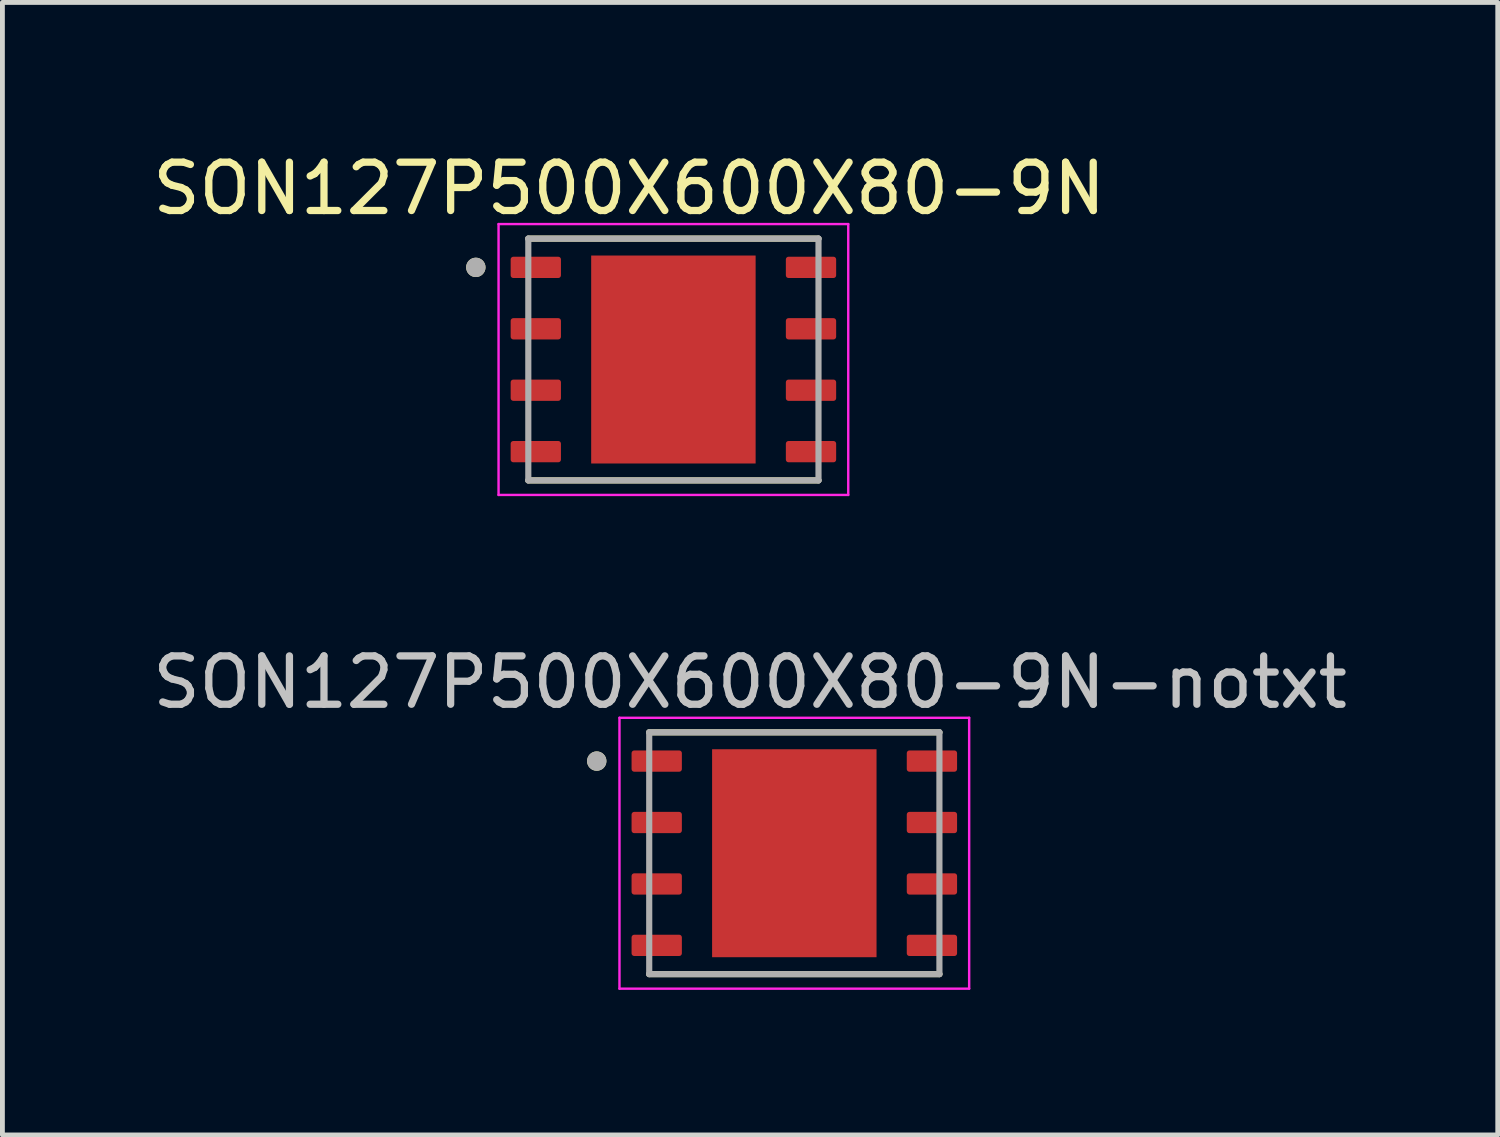
<source format=kicad_pcb>
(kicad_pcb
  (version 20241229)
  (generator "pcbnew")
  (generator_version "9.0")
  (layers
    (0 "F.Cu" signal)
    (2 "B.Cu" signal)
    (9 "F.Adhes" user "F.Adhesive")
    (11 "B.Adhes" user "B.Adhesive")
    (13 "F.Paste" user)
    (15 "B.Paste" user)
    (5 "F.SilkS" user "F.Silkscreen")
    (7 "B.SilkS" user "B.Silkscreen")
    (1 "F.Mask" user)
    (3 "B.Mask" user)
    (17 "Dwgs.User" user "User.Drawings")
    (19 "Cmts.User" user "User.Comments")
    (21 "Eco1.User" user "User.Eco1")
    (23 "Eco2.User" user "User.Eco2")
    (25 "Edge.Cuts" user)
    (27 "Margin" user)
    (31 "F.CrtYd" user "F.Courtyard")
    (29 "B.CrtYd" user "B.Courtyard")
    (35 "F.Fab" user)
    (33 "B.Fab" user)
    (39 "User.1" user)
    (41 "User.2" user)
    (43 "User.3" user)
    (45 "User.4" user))
  (footprint "SON127P500X600X80-9N-notxt"
    (layer "F.Cu")
    (at 13.373 14.591)
    (property "Reference" "SON127P500X600X80-9N-notxt" (at -0.915 -3.535 0) (layer "Dwgs.User") (effects (font (size 1 1) (thickness 0.15))))
    (attr smd)
    (fp_line (start -3 -2.5) (end 3 -2.5) (stroke (width 0.127) (type solid)) (layer "F.SilkS"))
    (fp_line (start -3 2.5) (end 3 2.5) (stroke (width 0.127) (type solid)) (layer "F.SilkS"))
    (fp_circle (center -4.085 -1.905) (end -3.985 -1.905) (stroke (width 0.2) (type solid)) (fill no) (layer "F.SilkS"))
    (fp_poly (pts (xy -1.08 -1.36) (xy 1.08 -1.36) (xy 1.08 1.36) (xy -1.08 1.36)) (stroke (width 0.01) (type solid)) (fill yes) (layer "F.Paste"))
    (fp_line (start -3.615 -2.8) (end -3.615 2.8) (stroke (width 0.05) (type solid)) (layer "F.CrtYd"))
    (fp_line (start -3.615 -2.8) (end 3.615 -2.8) (stroke (width 0.05) (type solid)) (layer "F.CrtYd"))
    (fp_line (start -3.615 2.8) (end 3.615 2.8) (stroke (width 0.05) (type solid)) (layer "F.CrtYd"))
    (fp_line (start 3.615 -2.8) (end 3.615 2.8) (stroke (width 0.05) (type solid)) (layer "F.CrtYd"))
    (fp_line (start -3 -2.5) (end -3 2.5) (stroke (width 0.127) (type solid)) (layer "F.Fab"))
    (fp_line (start -3 -2.5) (end 3 -2.5) (stroke (width 0.127) (type solid)) (layer "F.Fab"))
    (fp_line (start -3 2.5) (end 3 2.5) (stroke (width 0.127) (type solid)) (layer "F.Fab"))
    (fp_line (start 3 -2.5) (end 3 2.5) (stroke (width 0.127) (type solid)) (layer "F.Fab"))
    (fp_circle (center -4.085 -1.905) (end -3.985 -1.905) (stroke (width 0.2) (type solid)) (fill no) (layer "F.Fab"))
    (pad "1" smd roundrect (at -2.845 -1.905) (size 1.04 0.44) (layers "F.Cu" "F.Mask" "F.Paste") (roundrect_rratio 0.125))
    (pad "2" smd roundrect (at -2.845 -0.635) (size 1.04 0.44) (layers "F.Cu" "F.Mask" "F.Paste") (roundrect_rratio 0.125))
    (pad "3" smd roundrect (at -2.845 0.635) (size 1.04 0.44) (layers "F.Cu" "F.Mask" "F.Paste") (roundrect_rratio 0.125))
    (pad "4" smd roundrect (at -2.845 1.905) (size 1.04 0.44) (layers "F.Cu" "F.Mask" "F.Paste") (roundrect_rratio 0.125))
    (pad "5" smd roundrect (at 2.845 1.905) (size 1.04 0.44) (layers "F.Cu" "F.Mask" "F.Paste") (roundrect_rratio 0.125))
    (pad "6" smd roundrect (at 2.845 0.635) (size 1.04 0.44) (layers "F.Cu" "F.Mask" "F.Paste") (roundrect_rratio 0.125))
    (pad "7" smd roundrect (at 2.845 -0.635) (size 1.04 0.44) (layers "F.Cu" "F.Mask" "F.Paste") (roundrect_rratio 0.125))
    (pad "8" smd roundrect (at 2.845 -1.905) (size 1.04 0.44) (layers "F.Cu" "F.Mask" "F.Paste") (roundrect_rratio 0.125))
    (pad "9" smd rect (at 0 0) (size 3.4 4.3) (layers "F.Cu" "F.Mask")))
  (footprint "SON127P500X600X80-9N"
    (layer "F.Cu")
    (at 10.873 4.383)
    (property "Reference" "SON127P500X600X80-9N" (at -0.915 -3.535 0) (layer "F.SilkS") (effects (font (size 1 1) (thickness 0.15))))
    (attr smd)
    (fp_line (start -3 -2.5) (end 3 -2.5) (stroke (width 0.127) (type solid)) (layer "F.SilkS"))
    (fp_line (start -3 2.5) (end 3 2.5) (stroke (width 0.127) (type solid)) (layer "F.SilkS"))
    (fp_circle (center -4.085 -1.905) (end -3.985 -1.905) (stroke (width 0.2) (type solid)) (fill no) (layer "F.SilkS"))
    (fp_poly (pts (xy -1.08 -1.36) (xy 1.08 -1.36) (xy 1.08 1.36) (xy -1.08 1.36)) (stroke (width 0.01) (type solid)) (fill yes) (layer "F.Paste"))
    (fp_line (start -3.615 -2.8) (end -3.615 2.8) (stroke (width 0.05) (type solid)) (layer "F.CrtYd"))
    (fp_line (start -3.615 -2.8) (end 3.615 -2.8) (stroke (width 0.05) (type solid)) (layer "F.CrtYd"))
    (fp_line (start -3.615 2.8) (end 3.615 2.8) (stroke (width 0.05) (type solid)) (layer "F.CrtYd"))
    (fp_line (start 3.615 -2.8) (end 3.615 2.8) (stroke (width 0.05) (type solid)) (layer "F.CrtYd"))
    (fp_line (start -3 -2.5) (end -3 2.5) (stroke (width 0.127) (type solid)) (layer "F.Fab"))
    (fp_line (start -3 -2.5) (end 3 -2.5) (stroke (width 0.127) (type solid)) (layer "F.Fab"))
    (fp_line (start -3 2.5) (end 3 2.5) (stroke (width 0.127) (type solid)) (layer "F.Fab"))
    (fp_line (start 3 -2.5) (end 3 2.5) (stroke (width 0.127) (type solid)) (layer "F.Fab"))
    (fp_circle (center -4.085 -1.905) (end -3.985 -1.905) (stroke (width 0.2) (type solid)) (fill no) (layer "F.Fab"))
    (pad "1" smd roundrect (at -2.845 -1.905) (size 1.04 0.44) (layers "F.Cu" "F.Mask" "F.Paste") (roundrect_rratio 0.125))
    (pad "2" smd roundrect (at -2.845 -0.635) (size 1.04 0.44) (layers "F.Cu" "F.Mask" "F.Paste") (roundrect_rratio 0.125))
    (pad "3" smd roundrect (at -2.845 0.635) (size 1.04 0.44) (layers "F.Cu" "F.Mask" "F.Paste") (roundrect_rratio 0.125))
    (pad "4" smd roundrect (at -2.845 1.905) (size 1.04 0.44) (layers "F.Cu" "F.Mask" "F.Paste") (roundrect_rratio 0.125))
    (pad "5" smd roundrect (at 2.845 1.905) (size 1.04 0.44) (layers "F.Cu" "F.Mask" "F.Paste") (roundrect_rratio 0.125))
    (pad "6" smd roundrect (at 2.845 0.635) (size 1.04 0.44) (layers "F.Cu" "F.Mask" "F.Paste") (roundrect_rratio 0.125))
    (pad "7" smd roundrect (at 2.845 -0.635) (size 1.04 0.44) (layers "F.Cu" "F.Mask" "F.Paste") (roundrect_rratio 0.125))
    (pad "8" smd roundrect (at 2.845 -1.905) (size 1.04 0.44) (layers "F.Cu" "F.Mask" "F.Paste") (roundrect_rratio 0.125))
    (pad "9" smd rect (at 0 0) (size 3.4 4.3) (layers "F.Cu" "F.Mask")))
  (gr_rect
    (start -3 -3)
    (end 27.917 20.416)
    (stroke (width 0.1) (type default))
    (fill no)
    (layer "Edge.Cuts")))
</source>
